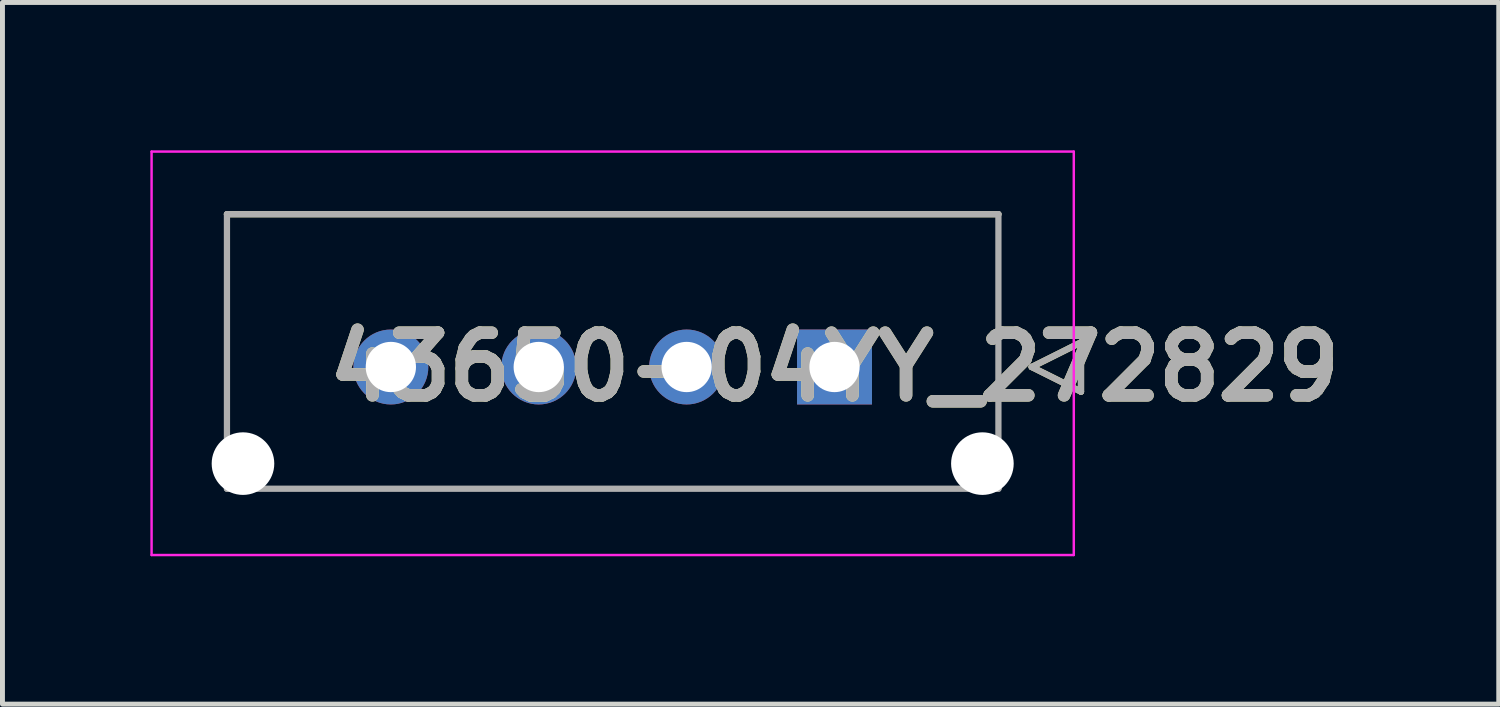
<source format=kicad_pcb>
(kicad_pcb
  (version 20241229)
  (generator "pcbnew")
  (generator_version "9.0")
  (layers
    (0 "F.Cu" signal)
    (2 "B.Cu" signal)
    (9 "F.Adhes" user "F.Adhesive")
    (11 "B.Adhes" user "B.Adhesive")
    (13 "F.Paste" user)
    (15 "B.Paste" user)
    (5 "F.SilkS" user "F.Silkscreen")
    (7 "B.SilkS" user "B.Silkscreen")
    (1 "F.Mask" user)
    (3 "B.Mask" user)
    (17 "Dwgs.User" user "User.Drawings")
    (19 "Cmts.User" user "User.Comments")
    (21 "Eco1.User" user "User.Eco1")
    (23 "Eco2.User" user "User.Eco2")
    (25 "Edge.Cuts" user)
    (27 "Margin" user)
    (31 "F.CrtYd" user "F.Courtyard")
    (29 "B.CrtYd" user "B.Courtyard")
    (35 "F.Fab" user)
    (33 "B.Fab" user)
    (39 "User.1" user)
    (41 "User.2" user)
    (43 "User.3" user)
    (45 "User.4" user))
  (footprint "43650-04YY_272829"
    (layer "F.Cu")
    (at 13.879 4.395)
    (property "Reference" "43650-04YY_272829" (at 0 0 0) (layer "F.SilkS") (effects (font (size 1.27 1.27) (thickness 0.254))))
    (attr through_hole)
    (fp_line (start -12.325 -3.1) (end 3.325 -3.1) (stroke (width 0.127) (type solid)) (layer "F.SilkS"))
    (fp_line (start 4 0) (end 5 -0.5) (stroke (width 0.127) (type solid)) (layer "F.SilkS"))
    (fp_line (start 5 -0.5) (end 5 0.5) (stroke (width 0.127) (type solid)) (layer "F.SilkS"))
    (fp_line (start 5 0.5) (end 4 0) (stroke (width 0.127) (type solid)) (layer "F.SilkS"))
    (fp_line (start -13.854 -4.37) (end 4.854 -4.37) (stroke (width 0.05) (type solid)) (layer "F.CrtYd"))
    (fp_line (start -13.854 3.814) (end -13.854 -4.37) (stroke (width 0.05) (type solid)) (layer "F.CrtYd"))
    (fp_line (start 4.854 -4.37) (end 4.854 3.814) (stroke (width 0.05) (type solid)) (layer "F.CrtYd"))
    (fp_line (start 4.854 3.814) (end -13.854 3.814) (stroke (width 0.05) (type solid)) (layer "F.CrtYd"))
    (fp_line (start -12.325 -3.1) (end 3.325 -3.1) (stroke (width 0.127) (type solid)) (layer "F.Fab"))
    (fp_line (start -12.325 2.47) (end -12.325 -3.1) (stroke (width 0.127) (type solid)) (layer "F.Fab"))
    (fp_line (start 3.325 -3.1) (end 3.325 2.47) (stroke (width 0.127) (type solid)) (layer "F.Fab"))
    (fp_line (start 3.325 2.47) (end -12.325 2.47) (stroke (width 0.127) (type solid)) (layer "F.Fab"))
    (fp_line (start 4 0) (end 5 -0.5) (stroke (width 0.127) (type solid)) (layer "F.Fab"))
    (fp_line (start 5 -0.5) (end 5 0.5) (stroke (width 0.127) (type solid)) (layer "F.Fab"))
    (fp_line (start 5 0.5) (end 4 0) (stroke (width 0.127) (type solid)) (layer "F.Fab"))
    (fp_text user "${REFERENCE}" (at 0 0 0) (layer "F.Fab") (effects (font (size 1.27 1.27) (thickness 0.254))))
    (pad "" np_thru_hole circle (at -12 1.96) (size 1.27 1.27) (drill 1.27) (layers "*.Cu" "*.Mask"))
    (pad "" np_thru_hole circle (at 3 1.96) (size 1.27 1.27) (drill 1.27) (layers "*.Cu" "*.Mask"))
    (pad "1" thru_hole rect (at 0 0) (size 1.52 1.52) (drill 1.02) (layers "*.Cu" "*.Mask"))
    (pad "2" thru_hole circle (at -3 0) (size 1.52 1.52) (drill 1.02) (layers "*.Cu" "*.Mask"))
    (pad "3" thru_hole circle (at -6 0) (size 1.52 1.52) (drill 1.02) (layers "*.Cu" "*.Mask"))
    (pad "4" thru_hole circle (at -9 0) (size 1.52 1.52) (drill 1.02) (layers "*.Cu" "*.Mask")))
  (gr_rect
    (start -3 -3)
    (end 27.354 11.234)
    (stroke (width 0.1) (type default))
    (fill no)
    (layer "Edge.Cuts")))
</source>
